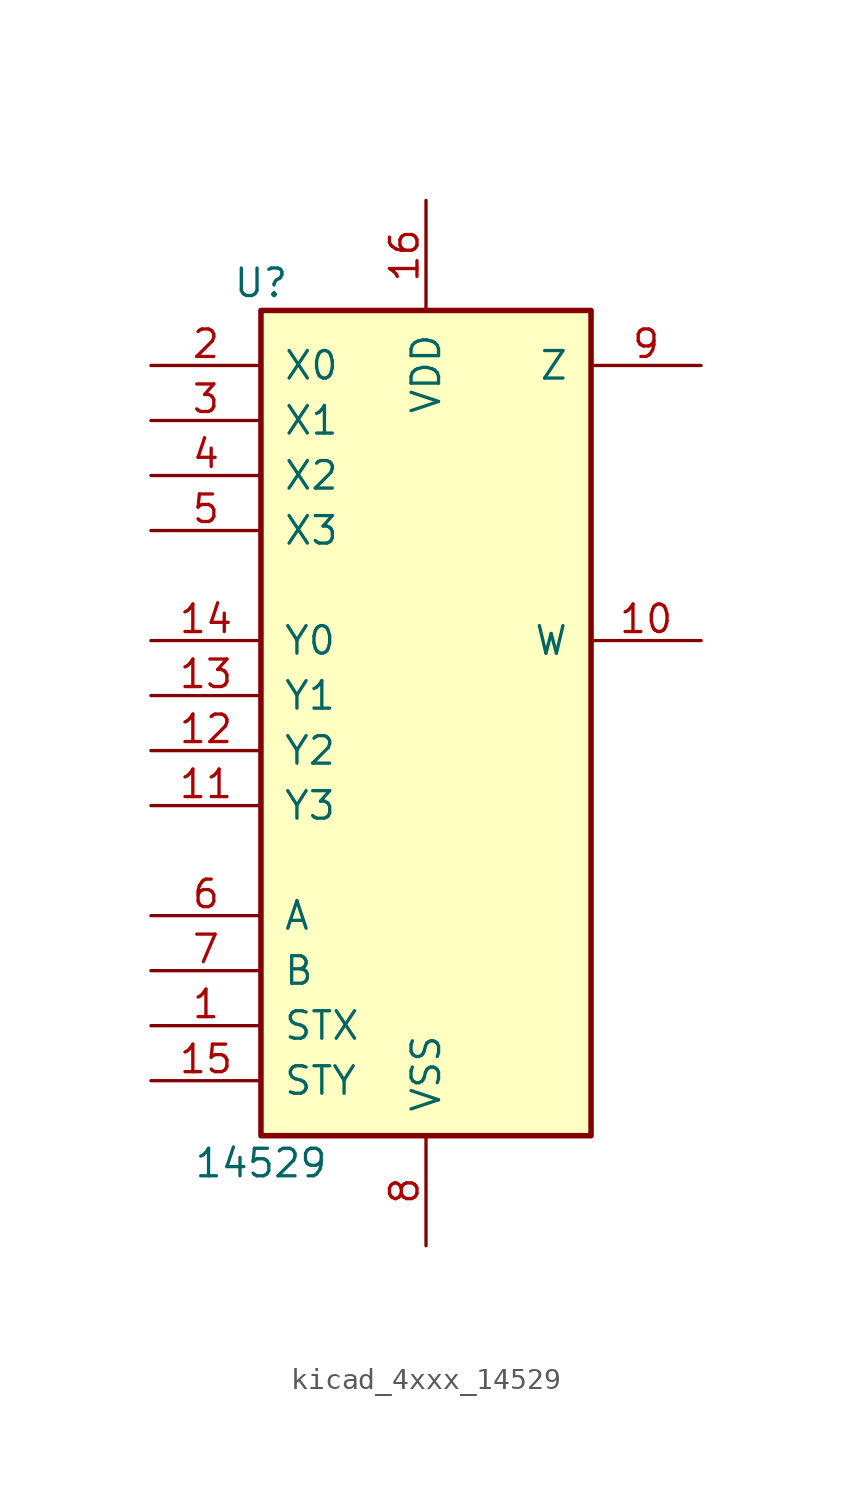
<source format=kicad_sym>
(kicad_symbol_lib
  (version 20220914)
  (generator kicad_symbol_editor)
  (symbol "kicad_4xxx_14529"
    (pin_names
      (offset 1.016))
    (property "Reference" "U"
      (at -7.62 19.05 0)
      (effects (font (size 1.27 1.27))))
    (property "Value" "14529"
      (at -7.62 -21.59 0)
      (effects (font (size 1.27 1.27))))
    (property "ki_locked" ""
      (at 0 0 0)
      (effects (font (size 1.27 1.27))))
    (symbol "kicad_4xxx_14529_1_0"
      (pin input line (at -12.7 -15.24 0) (length 5.08) (name "STX" (effects (font (size 1.27 1.27)))) (number "1" (effects (font (size 1.27 1.27)))))
      (pin tri_state line (at 12.7 2.54 180) (length 5.08) (name "W" (effects (font (size 1.27 1.27)))) (number "10" (effects (font (size 1.27 1.27)))))
      (pin input line (at -12.7 -5.08 0) (length 5.08) (name "Y3" (effects (font (size 1.27 1.27)))) (number "11" (effects (font (size 1.27 1.27)))))
      (pin input line (at -12.7 -2.54 0) (length 5.08) (name "Y2" (effects (font (size 1.27 1.27)))) (number "12" (effects (font (size 1.27 1.27)))))
      (pin input line (at -12.7 0 0) (length 5.08) (name "Y1" (effects (font (size 1.27 1.27)))) (number "13" (effects (font (size 1.27 1.27)))))
      (pin input line (at -12.7 2.54 0) (length 5.08) (name "Y0" (effects (font (size 1.27 1.27)))) (number "14" (effects (font (size 1.27 1.27)))))
      (pin input line (at -12.7 -17.78 0) (length 5.08) (name "STY" (effects (font (size 1.27 1.27)))) (number "15" (effects (font (size 1.27 1.27)))))
      (pin power_in line (at 0 22.86 270) (length 5.08) (name "VDD" (effects (font (size 1.27 1.27)))) (number "16" (effects (font (size 1.27 1.27)))))
      (pin input line (at -12.7 15.24 0) (length 5.08) (name "X0" (effects (font (size 1.27 1.27)))) (number "2" (effects (font (size 1.27 1.27)))))
      (pin input line (at -12.7 12.7 0) (length 5.08) (name "X1" (effects (font (size 1.27 1.27)))) (number "3" (effects (font (size 1.27 1.27)))))
      (pin input line (at -12.7 10.16 0) (length 5.08) (name "X2" (effects (font (size 1.27 1.27)))) (number "4" (effects (font (size 1.27 1.27)))))
      (pin input line (at -12.7 7.62 0) (length 5.08) (name "X3" (effects (font (size 1.27 1.27)))) (number "5" (effects (font (size 1.27 1.27)))))
      (pin input line (at -12.7 -10.16 0) (length 5.08) (name "A" (effects (font (size 1.27 1.27)))) (number "6" (effects (font (size 1.27 1.27)))))
      (pin input line (at -12.7 -12.7 0) (length 5.08) (name "B" (effects (font (size 1.27 1.27)))) (number "7" (effects (font (size 1.27 1.27)))))
      (pin power_in line (at 0 -25.4 90) (length 5.08) (name "VSS" (effects (font (size 1.27 1.27)))) (number "8" (effects (font (size 1.27 1.27)))))
      (pin tri_state line (at 12.7 15.24 180) (length 5.08) (name "Z" (effects (font (size 1.27 1.27)))) (number "9" (effects (font (size 1.27 1.27))))))
    (symbol "kicad_4xxx_14529_1_1"
      (rectangle (start -7.62 17.78) (end 7.62 -20.32) (stroke (width 0.254) (type default)) (fill (type background))))))
</source>
